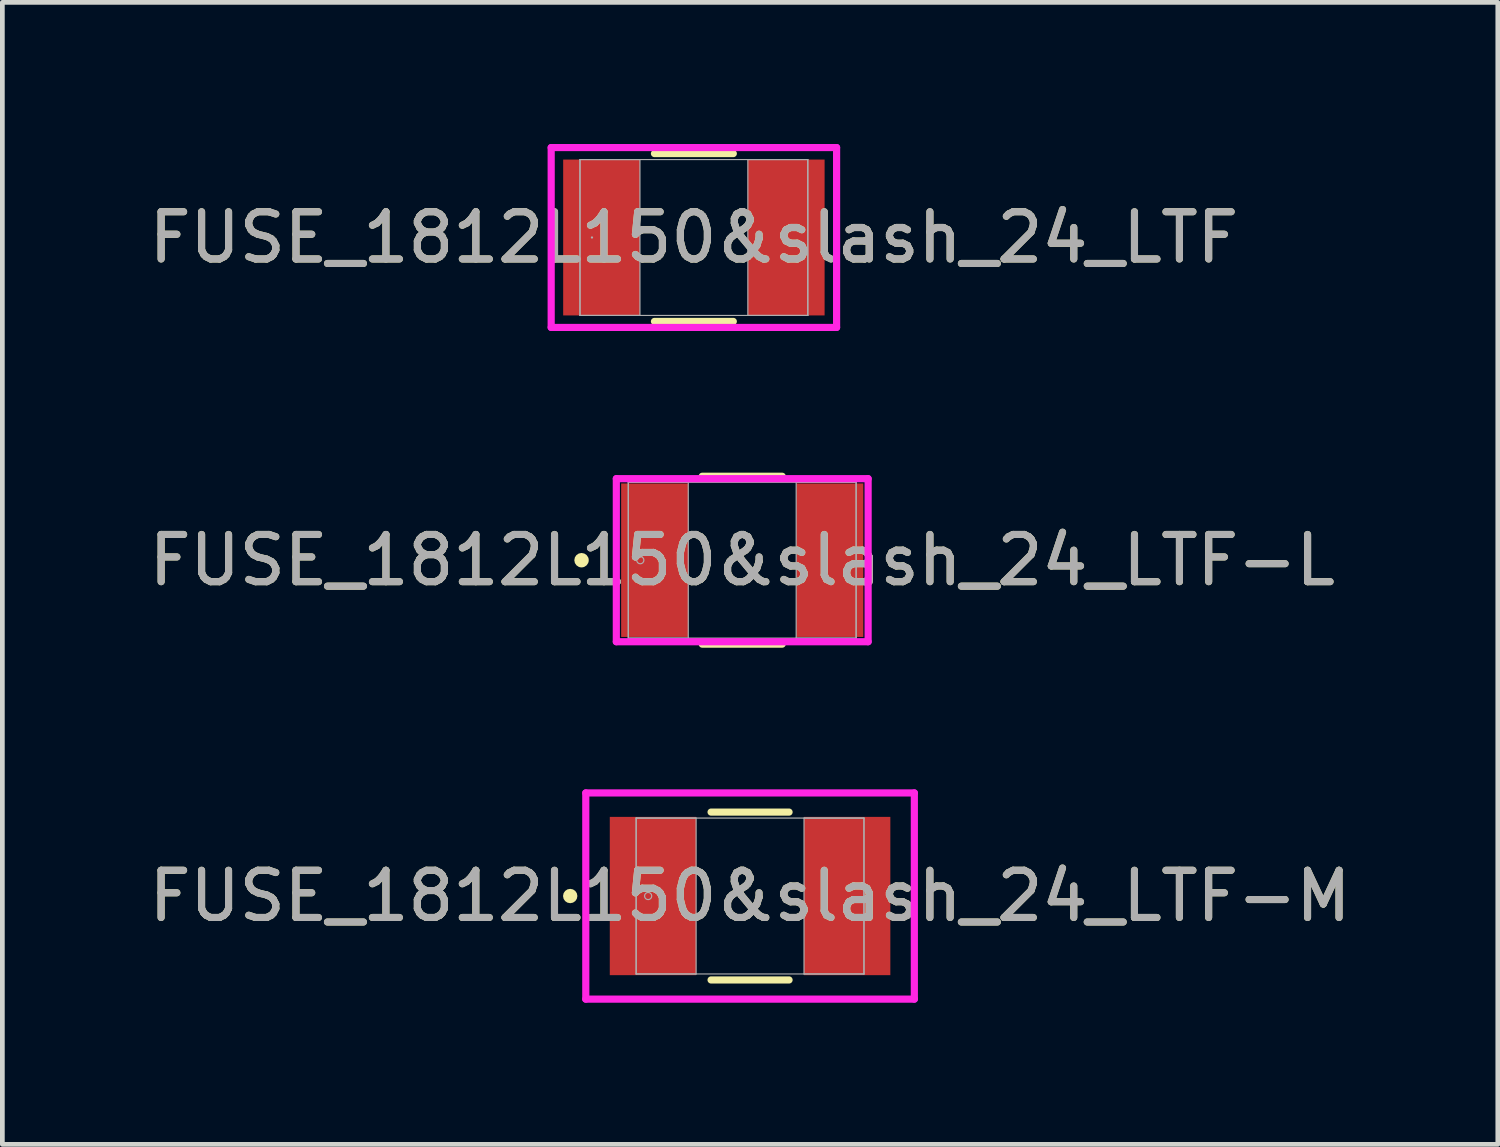
<source format=kicad_pcb>
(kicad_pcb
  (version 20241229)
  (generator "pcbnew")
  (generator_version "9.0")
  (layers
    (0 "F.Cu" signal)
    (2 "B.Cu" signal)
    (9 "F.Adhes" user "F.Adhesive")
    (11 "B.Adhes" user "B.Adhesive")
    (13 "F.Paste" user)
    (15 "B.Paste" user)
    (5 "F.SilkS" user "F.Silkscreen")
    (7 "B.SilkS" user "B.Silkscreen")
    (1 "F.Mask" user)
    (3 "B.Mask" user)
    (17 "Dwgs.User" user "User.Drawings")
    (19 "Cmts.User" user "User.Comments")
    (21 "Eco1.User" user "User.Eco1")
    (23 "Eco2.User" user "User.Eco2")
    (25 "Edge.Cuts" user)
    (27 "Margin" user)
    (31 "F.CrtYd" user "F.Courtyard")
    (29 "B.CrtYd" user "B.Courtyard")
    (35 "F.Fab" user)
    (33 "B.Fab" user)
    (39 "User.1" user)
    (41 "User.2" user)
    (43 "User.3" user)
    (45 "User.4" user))
  (footprint "FUSE_1812L150&slash_24_LTF-M"
    (layer "F.Cu")
    (at 12.839 15.931)
    (property "Reference" "FUSE_1812L150&slash_24_LTF-M" (at 0 0 0) (unlocked yes) (layer "F.SilkS") (effects (font (size 1 1) (thickness 0.15))))
    (attr smd)
    (fp_line (start -0.826 1.778) (end 0.826 1.778) (stroke (width 0.152) (type solid)) (layer "F.SilkS"))
    (fp_line (start 0.826 -1.778) (end -0.826 -1.778) (stroke (width 0.152) (type solid)) (layer "F.SilkS"))
    (fp_circle (center -3.81 0) (end -3.734 0) (stroke (width 0.152) (type solid)) (fill no) (layer "F.SilkS"))
    (fp_line (start -3.48 -2.184) (end 3.48 -2.184) (stroke (width 0.152) (type solid)) (layer "F.CrtYd"))
    (fp_line (start -3.48 2.184) (end -3.48 -2.184) (stroke (width 0.152) (type solid)) (layer "F.CrtYd"))
    (fp_line (start 3.48 -2.184) (end 3.48 2.184) (stroke (width 0.152) (type solid)) (layer "F.CrtYd"))
    (fp_line (start 3.48 2.184) (end -3.48 2.184) (stroke (width 0.152) (type solid)) (layer "F.CrtYd"))
    (fp_line (start -2.413 -1.651) (end -2.413 1.651) (stroke (width 0.025) (type solid)) (layer "F.Fab"))
    (fp_line (start -2.413 -1.651) (end -2.413 1.651) (stroke (width 0.025) (type solid)) (layer "F.Fab"))
    (fp_line (start -2.413 1.651) (end -1.143 1.651) (stroke (width 0.025) (type solid)) (layer "F.Fab"))
    (fp_line (start -2.413 1.651) (end 2.413 1.651) (stroke (width 0.025) (type solid)) (layer "F.Fab"))
    (fp_line (start -1.143 -1.651) (end -2.413 -1.651) (stroke (width 0.025) (type solid)) (layer "F.Fab"))
    (fp_line (start -1.143 1.651) (end -1.143 -1.651) (stroke (width 0.025) (type solid)) (layer "F.Fab"))
    (fp_line (start 1.143 -1.651) (end 1.143 1.651) (stroke (width 0.025) (type solid)) (layer "F.Fab"))
    (fp_line (start 1.143 1.651) (end 2.413 1.651) (stroke (width 0.025) (type solid)) (layer "F.Fab"))
    (fp_line (start 2.413 -1.651) (end -2.413 -1.651) (stroke (width 0.025) (type solid)) (layer "F.Fab"))
    (fp_line (start 2.413 -1.651) (end 1.143 -1.651) (stroke (width 0.025) (type solid)) (layer "F.Fab"))
    (fp_line (start 2.413 1.651) (end 2.413 -1.651) (stroke (width 0.025) (type solid)) (layer "F.Fab"))
    (fp_line (start 2.413 1.651) (end 2.413 -1.651) (stroke (width 0.025) (type solid)) (layer "F.Fab"))
    (fp_circle (center -2.159 0) (end -2.083 0) (stroke (width 0.025) (type solid)) (fill no) (layer "F.Fab"))
    (fp_text user "${REFERENCE}" (at 0 0 0) (unlocked yes) (layer "F.Fab") (effects (font (size 1 1) (thickness 0.15))))
    (pad "1" smd rect (at -2.057 0) (size 1.829 3.353) (layers "F.Cu" "F.Mask" "F.Paste"))
    (pad "2" smd rect (at 2.057 0) (size 1.829 3.353) (layers "F.Cu" "F.Mask" "F.Paste"))
    (zone (net_name "") (layer "F.Cu") (hatch full 0.508) (connect_pads) (min_thickness 0.254) (filled_areas_thickness no) (keepout (tracks not_allowed) (vias not_allowed) (pads allowed) (copperpour not_allowed) (footprints allowed)) (placement (enabled no)) (fill) (polygon (pts (xy 11.747 14.331) (xy 13.931 14.331) (xy 13.931 17.532) (xy 11.747 17.532)))))
  (footprint "FUSE_1812L150&slash_24_LTF-L"
    (layer "F.Cu")
    (at 12.673 8.817)
    (property "Reference" "FUSE_1812L150&slash_24_LTF-L" (at 0 0 0) (unlocked yes) (layer "F.SilkS") (effects (font (size 1 1) (thickness 0.15))))
    (attr smd)
    (fp_line (start -0.847 1.778) (end 0.847 1.778) (stroke (width 0.152) (type solid)) (layer "F.SilkS"))
    (fp_line (start 0.847 -1.778) (end -0.847 -1.778) (stroke (width 0.152) (type solid)) (layer "F.SilkS"))
    (fp_circle (center -3.404 0) (end -3.327 0) (stroke (width 0.152) (type solid)) (fill no) (layer "F.SilkS"))
    (fp_line (start -2.667 -1.727) (end 2.667 -1.727) (stroke (width 0.152) (type solid)) (layer "F.CrtYd"))
    (fp_line (start -2.667 1.727) (end -2.667 -1.727) (stroke (width 0.152) (type solid)) (layer "F.CrtYd"))
    (fp_line (start 2.667 -1.727) (end 2.667 1.727) (stroke (width 0.152) (type solid)) (layer "F.CrtYd"))
    (fp_line (start 2.667 1.727) (end -2.667 1.727) (stroke (width 0.152) (type solid)) (layer "F.CrtYd"))
    (fp_line (start -2.413 -1.651) (end -2.413 1.651) (stroke (width 0.025) (type solid)) (layer "F.Fab"))
    (fp_line (start -2.413 -1.651) (end -2.413 1.651) (stroke (width 0.025) (type solid)) (layer "F.Fab"))
    (fp_line (start -2.413 1.651) (end -1.143 1.651) (stroke (width 0.025) (type solid)) (layer "F.Fab"))
    (fp_line (start -2.413 1.651) (end 2.413 1.651) (stroke (width 0.025) (type solid)) (layer "F.Fab"))
    (fp_line (start -1.143 -1.651) (end -2.413 -1.651) (stroke (width 0.025) (type solid)) (layer "F.Fab"))
    (fp_line (start -1.143 1.651) (end -1.143 -1.651) (stroke (width 0.025) (type solid)) (layer "F.Fab"))
    (fp_line (start 1.143 -1.651) (end 1.143 1.651) (stroke (width 0.025) (type solid)) (layer "F.Fab"))
    (fp_line (start 1.143 1.651) (end 2.413 1.651) (stroke (width 0.025) (type solid)) (layer "F.Fab"))
    (fp_line (start 2.413 -1.651) (end -2.413 -1.651) (stroke (width 0.025) (type solid)) (layer "F.Fab"))
    (fp_line (start 2.413 -1.651) (end 1.143 -1.651) (stroke (width 0.025) (type solid)) (layer "F.Fab"))
    (fp_line (start 2.413 1.651) (end 2.413 -1.651) (stroke (width 0.025) (type solid)) (layer "F.Fab"))
    (fp_line (start 2.413 1.651) (end 2.413 -1.651) (stroke (width 0.025) (type solid)) (layer "F.Fab"))
    (fp_circle (center -2.159 0) (end -2.083 0) (stroke (width 0.025) (type solid)) (fill no) (layer "F.Fab"))
    (fp_text user "${REFERENCE}" (at 0 0 0) (unlocked yes) (layer "F.Fab") (effects (font (size 1 1) (thickness 0.15))))
    (pad "1" smd rect (at -1.854 0) (size 1.422 3.251) (layers "F.Cu" "F.Mask" "F.Paste"))
    (pad "2" smd rect (at 1.854 0) (size 1.422 3.251) (layers "F.Cu" "F.Mask" "F.Paste"))
    (zone (net_name "") (layer "F.Cu") (hatch full 0.508) (connect_pads) (min_thickness 0.254) (filled_areas_thickness no) (keepout (tracks not_allowed) (vias not_allowed) (pads allowed) (copperpour not_allowed) (footprints allowed)) (placement (enabled no)) (fill) (polygon (pts (xy 11.58 7.216) (xy 13.765 7.216) (xy 13.765 10.417) (xy 11.58 10.417)))))
  (footprint "FUSE_1812L150&slash_24_LTF"
    (layer "F.Cu")
    (at 11.649 1.981)
    (property "Reference" "FUSE_1812L150&slash_24_LTF" (at 0 0 0) (unlocked yes) (layer "F.SilkS") (effects (font (size 1 1) (thickness 0.15))))
    (attr smd)
    (fp_line (start -0.835 1.778) (end 0.835 1.778) (stroke (width 0.152) (type solid)) (layer "F.SilkS"))
    (fp_line (start 0.835 -1.778) (end -0.835 -1.778) (stroke (width 0.152) (type solid)) (layer "F.SilkS"))
    (fp_line (start -3.023 -1.905) (end 3.023 -1.905) (stroke (width 0.152) (type solid)) (layer "F.CrtYd"))
    (fp_line (start -3.023 1.905) (end -3.023 -1.905) (stroke (width 0.152) (type solid)) (layer "F.CrtYd"))
    (fp_line (start 3.023 -1.905) (end 3.023 1.905) (stroke (width 0.152) (type solid)) (layer "F.CrtYd"))
    (fp_line (start 3.023 1.905) (end -3.023 1.905) (stroke (width 0.152) (type solid)) (layer "F.CrtYd"))
    (fp_line (start -2.413 -1.651) (end -2.413 1.651) (stroke (width 0.025) (type solid)) (layer "F.Fab"))
    (fp_line (start -2.413 -1.651) (end -2.413 1.651) (stroke (width 0.025) (type solid)) (layer "F.Fab"))
    (fp_line (start -2.413 1.651) (end -1.143 1.651) (stroke (width 0.025) (type solid)) (layer "F.Fab"))
    (fp_line (start -2.413 1.651) (end 2.413 1.651) (stroke (width 0.025) (type solid)) (layer "F.Fab"))
    (fp_line (start -1.143 -1.651) (end -2.413 -1.651) (stroke (width 0.025) (type solid)) (layer "F.Fab"))
    (fp_line (start -1.143 1.651) (end -1.143 -1.651) (stroke (width 0.025) (type solid)) (layer "F.Fab"))
    (fp_line (start 1.143 -1.651) (end 1.143 1.651) (stroke (width 0.025) (type solid)) (layer "F.Fab"))
    (fp_line (start 1.143 1.651) (end 2.413 1.651) (stroke (width 0.025) (type solid)) (layer "F.Fab"))
    (fp_line (start 2.413 -1.651) (end -2.413 -1.651) (stroke (width 0.025) (type solid)) (layer "F.Fab"))
    (fp_line (start 2.413 -1.651) (end 1.143 -1.651) (stroke (width 0.025) (type solid)) (layer "F.Fab"))
    (fp_line (start 2.413 1.651) (end 2.413 -1.651) (stroke (width 0.025) (type solid)) (layer "F.Fab"))
    (fp_line (start 2.413 1.651) (end 2.413 -1.651) (stroke (width 0.025) (type solid)) (layer "F.Fab"))
    (fp_circle (center -2.159 0) (end -2.159 0) (stroke (width 0.025) (type solid)) (fill no) (layer "F.Fab"))
    (fp_text user "${REFERENCE}" (at 0 0 0) (unlocked yes) (layer "F.Fab") (effects (font (size 1 1) (thickness 0.15))))
    (pad "1" smd rect (at -1.956 0) (size 1.626 3.302) (layers "F.Cu" "F.Mask" "F.Paste"))
    (pad "2" smd rect (at 1.956 0) (size 1.626 3.302) (layers "F.Cu" "F.Mask" "F.Paste"))
    (zone (net_name "") (layer "F.Cu") (hatch full 0.508) (connect_pads) (min_thickness 0.254) (filled_areas_thickness no) (keepout (tracks not_allowed) (vias not_allowed) (pads allowed) (copperpour not_allowed) (footprints allowed)) (placement (enabled no)) (fill) (polygon (pts (xy 10.557 0.381) (xy 12.741 0.381) (xy 12.741 3.581) (xy 10.557 3.581)))))
  (gr_rect
    (start -3 -3)
    (end 28.679 21.192)
    (stroke (width 0.1) (type default))
    (fill no)
    (layer "Edge.Cuts")))
</source>
